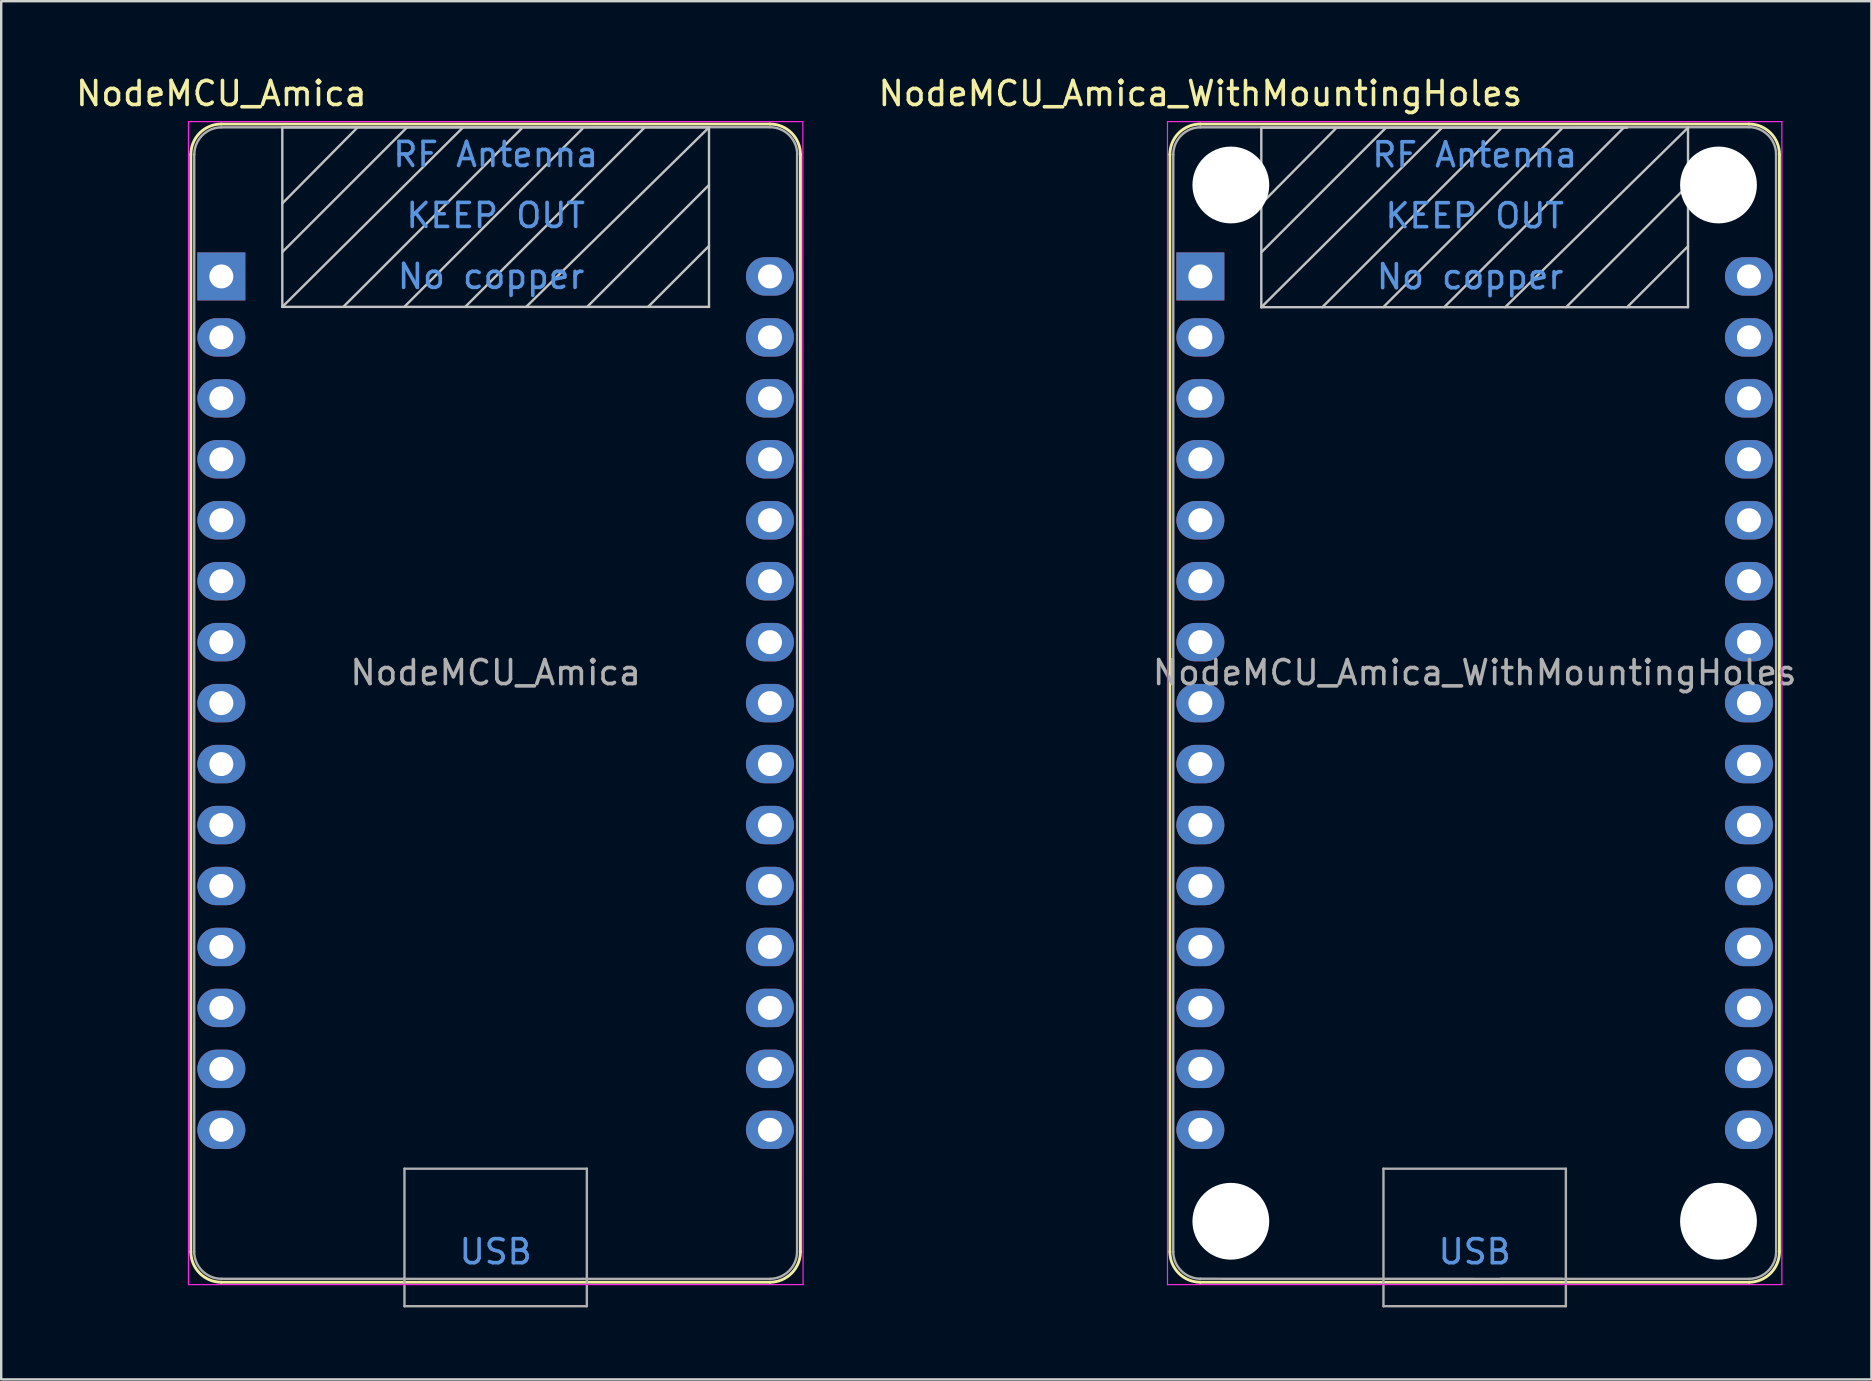
<source format=kicad_pcb>
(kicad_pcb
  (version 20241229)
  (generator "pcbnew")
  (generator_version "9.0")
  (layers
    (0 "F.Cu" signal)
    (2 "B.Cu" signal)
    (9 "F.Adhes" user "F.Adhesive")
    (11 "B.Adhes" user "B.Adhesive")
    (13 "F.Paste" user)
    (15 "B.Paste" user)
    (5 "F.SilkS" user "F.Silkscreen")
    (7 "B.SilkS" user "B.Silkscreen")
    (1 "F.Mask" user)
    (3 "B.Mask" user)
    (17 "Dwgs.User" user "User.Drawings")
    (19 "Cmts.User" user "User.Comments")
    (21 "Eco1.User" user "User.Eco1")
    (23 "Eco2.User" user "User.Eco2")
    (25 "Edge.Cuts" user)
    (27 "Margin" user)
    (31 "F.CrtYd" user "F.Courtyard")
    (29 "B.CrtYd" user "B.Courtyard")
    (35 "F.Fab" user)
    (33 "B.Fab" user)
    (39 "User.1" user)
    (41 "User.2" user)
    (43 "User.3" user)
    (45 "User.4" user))
  (footprint "NodeMCU_Amica_WithMountingHoles"
    (layer "F.Cu")
    (at 46.967 8.468)
    (property "Reference" "NodeMCU_Amica_WithMountingHoles" (at 0 -7.62 0) (layer "F.SilkS") (effects (font (size 1 1) (thickness 0.15))))
    (attr through_hole)
    (fp_line (start -1.27 -5.08) (end -1.27 40.64) (stroke (width 0.12) (type solid)) (layer "F.SilkS"))
    (fp_line (start 22.86 -6.35) (end 0 -6.35) (stroke (width 0.12) (type solid)) (layer "F.SilkS"))
    (fp_line (start 22.87 41.91) (end 0 41.91) (stroke (width 0.12) (type solid)) (layer "F.SilkS"))
    (fp_line (start 24.13 -5.08) (end 24.13 40.64) (stroke (width 0.12) (type solid)) (layer "F.SilkS"))
    (fp_arc (start -1.27 -5.08) (mid -0.898026 -5.978026) (end 0 -6.35) (stroke (width 0.12) (type solid)) (layer "F.SilkS"))
    (fp_arc (start 0 41.91) (mid -0.898026 41.538026) (end -1.27 40.64) (stroke (width 0.12) (type solid)) (layer "F.SilkS"))
    (fp_arc (start 22.86 -6.35) (mid 23.758026 -5.978026) (end 24.13 -5.08) (stroke (width 0.12) (type solid)) (layer "F.SilkS"))
    (fp_arc (start 24.13 40.64) (mid 23.761554 41.534483) (end 22.87 41.909961) (stroke (width 0.12) (type solid)) (layer "F.SilkS"))
    (fp_line (start 2.535 -3.024) (end 5.664 -6.185) (stroke (width 0.1) (type solid)) (layer "Dwgs.User"))
    (fp_line (start 2.54 -6.198) (end 2.54 1.283) (stroke (width 0.1) (type solid)) (layer "Dwgs.User"))
    (fp_line (start 2.54 -6.198) (end 17.78 -6.198) (stroke (width 0.1) (type solid)) (layer "Dwgs.User"))
    (fp_line (start 2.54 -1.003) (end 7.722 -6.185) (stroke (width 0.1) (type solid)) (layer "Dwgs.User"))
    (fp_line (start 2.54 1.283) (end 10.058 -6.185) (stroke (width 0.1) (type solid)) (layer "Dwgs.User"))
    (fp_line (start 2.54 1.283) (end 20.32 1.283) (stroke (width 0.1) (type solid)) (layer "Dwgs.User"))
    (fp_line (start 5.08 1.283) (end 12.509 -6.147) (stroke (width 0.1) (type solid)) (layer "Dwgs.User"))
    (fp_line (start 7.62 1.283) (end 15.05 -6.147) (stroke (width 0.1) (type solid)) (layer "Dwgs.User"))
    (fp_line (start 10.16 1.283) (end 17.653 -6.21) (stroke (width 0.1) (type solid)) (layer "Dwgs.User"))
    (fp_line (start 12.7 1.283) (end 20.32 -6.198) (stroke (width 0.1) (type solid)) (layer "Dwgs.User"))
    (fp_line (start 15.24 1.283) (end 20.32 -3.797) (stroke (width 0.1) (type solid)) (layer "Dwgs.User"))
    (fp_line (start 17.78 1.283) (end 20.32 -1.257) (stroke (width 0.1) (type solid)) (layer "Dwgs.User"))
    (fp_line (start 20.32 -6.198) (end 20.32 1.283) (stroke (width 0.1) (type solid)) (layer "Dwgs.User"))
    (fp_line (start -1.37 42.01) (end -1.37 -6.45) (stroke (width 0.05) (type solid)) (layer "F.CrtYd"))
    (fp_line (start 24.23 -6.45) (end -1.37 -6.45) (stroke (width 0.05) (type solid)) (layer "F.CrtYd"))
    (fp_line (start 24.23 42.01) (end -1.37 42.01) (stroke (width 0.05) (type solid)) (layer "F.CrtYd"))
    (fp_line (start 24.23 42.01) (end 24.23 -6.45) (stroke (width 0.05) (type solid)) (layer "F.CrtYd"))
    (fp_line (start -1.128 -5.075) (end -1.13 40.64) (stroke (width 0.1) (type solid)) (layer "F.Fab"))
    (fp_line (start 7.63 37.18) (end 15.23 37.18) (stroke (width 0.1) (type solid)) (layer "F.Fab"))
    (fp_line (start 7.63 42.91) (end 7.63 37.18) (stroke (width 0.1) (type solid)) (layer "F.Fab"))
    (fp_line (start 15.062 41.77) (end 0.00001 41.766) (stroke (width 0.1) (type solid)) (layer "F.Fab"))
    (fp_line (start 15.23 37.18) (end 15.23 42.91) (stroke (width 0.1) (type solid)) (layer "F.Fab"))
    (fp_line (start 15.23 42.91) (end 7.63 42.91) (stroke (width 0.1) (type solid)) (layer "F.Fab"))
    (fp_line (start 22.86 -6.218) (end 0.01 -6.213) (stroke (width 0.1) (type solid)) (layer "F.Fab"))
    (fp_line (start 22.87 41.77) (end 12.522 41.77) (stroke (width 0.1) (type solid)) (layer "F.Fab"))
    (fp_line (start 23.99 -5.09) (end 23.993 40.627) (stroke (width 0.1) (type solid)) (layer "F.Fab"))
    (fp_arc (start -1.128629 -5.074921) (mid -0.794775 -5.879601) (end 0.01016 -6.21284) (stroke (width 0.1) (type solid)) (layer "F.Fab"))
    (fp_arc (start 0.00001 41.765819) (mid -0.795824 41.434598) (end -1.13 40.64) (stroke (width 0.1) (type solid)) (layer "F.Fab"))
    (fp_arc (start 22.860029 -6.221019) (mid 23.656202 -5.886483) (end 23.99 -5.09) (stroke (width 0.1) (type solid)) (layer "F.Fab"))
    (fp_arc (start 23.993088 40.6273) (mid 23.665846 41.42893) (end 22.87 41.77) (stroke (width 0.1) (type solid)) (layer "F.Fab"))
    (fp_text user "KEEP OUT" (at 11.43 -2.527 0) (layer "Cmts.User") (effects (font (size 1 1) (thickness 0.15))))
    (fp_text user "RF Antenna" (at 11.43 -5.067 0) (layer "Cmts.User") (effects (font (size 1 1) (thickness 0.15))))
    (fp_text user "USB" (at 11.43 40.64 0) (layer "Cmts.User") (effects (font (size 1 1) (thickness 0.15))))
    (fp_text user "No copper" (at 11.239 0.013 0) (layer "Cmts.User") (effects (font (size 1 1) (thickness 0.15))))
    (fp_text user "${REFERENCE}" (at 11.43 16.51 0) (layer "F.Fab") (effects (font (size 1 1) (thickness 0.15))))
    (pad "" np_thru_hole circle (at 1.27 -3.81 90) (size 3.2 3.2) (drill 3.2) (layers "*.Cu" "*.Mask"))
    (pad "" np_thru_hole circle (at 1.27 39.37 90) (size 3.2 3.2) (drill 3.2) (layers "*.Cu" "*.Mask"))
    (pad "" np_thru_hole circle (at 21.59 -3.81 90) (size 3.2 3.2) (drill 3.2) (layers "*.Cu" "*.Mask"))
    (pad "" np_thru_hole circle (at 21.59 39.37 90) (size 3.2 3.2) (drill 3.2) (layers "*.Cu" "*.Mask"))
    (pad "1" thru_hole rect (at 0 0) (size 2 2) (drill 1) (layers "*.Cu" "*.Mask"))
    (pad "2" thru_hole oval (at 0 2.54) (size 2 1.6) (drill 1) (layers "*.Cu" "*.Mask"))
    (pad "3" thru_hole oval (at 0 5.08) (size 2 1.6) (drill 1) (layers "*.Cu" "*.Mask"))
    (pad "4" thru_hole oval (at 0 7.62) (size 2 1.6) (drill 1) (layers "*.Cu" "*.Mask"))
    (pad "5" thru_hole oval (at 0 10.16) (size 2 1.6) (drill 1) (layers "*.Cu" "*.Mask"))
    (pad "6" thru_hole oval (at 0 12.7) (size 2 1.6) (drill 1) (layers "*.Cu" "*.Mask"))
    (pad "7" thru_hole oval (at 0 15.24) (size 2 1.6) (drill 1) (layers "*.Cu" "*.Mask"))
    (pad "8" thru_hole oval (at 0 17.78) (size 2 1.6) (drill 1) (layers "*.Cu" "*.Mask"))
    (pad "9" thru_hole oval (at 0 20.32) (size 2 1.6) (drill 1) (layers "*.Cu" "*.Mask"))
    (pad "10" thru_hole oval (at 0 22.86) (size 2 1.6) (drill 1) (layers "*.Cu" "*.Mask"))
    (pad "11" thru_hole oval (at 0 25.4) (size 2 1.6) (drill 1) (layers "*.Cu" "*.Mask"))
    (pad "12" thru_hole oval (at 0 27.94) (size 2 1.6) (drill 1) (layers "*.Cu" "*.Mask"))
    (pad "13" thru_hole oval (at 0 30.48) (size 2 1.6) (drill 1) (layers "*.Cu" "*.Mask"))
    (pad "14" thru_hole oval (at 0 33.02) (size 2 1.6) (drill 1) (layers "*.Cu" "*.Mask"))
    (pad "15" thru_hole oval (at 0 35.56) (size 2 1.6) (drill 1) (layers "*.Cu" "*.Mask"))
    (pad "16" thru_hole oval (at 22.86 35.56) (size 2 1.6) (drill 1) (layers "*.Cu" "*.Mask"))
    (pad "17" thru_hole oval (at 22.86 33.02) (size 2 1.6) (drill 1) (layers "*.Cu" "*.Mask"))
    (pad "18" thru_hole oval (at 22.86 30.48) (size 2 1.6) (drill 1) (layers "*.Cu" "*.Mask"))
    (pad "19" thru_hole oval (at 22.86 27.94) (size 2 1.6) (drill 1) (layers "*.Cu" "*.Mask"))
    (pad "20" thru_hole oval (at 22.86 25.4) (size 2 1.6) (drill 1) (layers "*.Cu" "*.Mask"))
    (pad "21" thru_hole oval (at 22.86 22.86) (size 2 1.6) (drill 1) (layers "*.Cu" "*.Mask"))
    (pad "22" thru_hole oval (at 22.86 20.32) (size 2 1.6) (drill 1) (layers "*.Cu" "*.Mask"))
    (pad "23" thru_hole oval (at 22.86 17.78) (size 2 1.6) (drill 1) (layers "*.Cu" "*.Mask"))
    (pad "24" thru_hole oval (at 22.86 15.24) (size 2 1.6) (drill 1) (layers "*.Cu" "*.Mask"))
    (pad "25" thru_hole oval (at 22.86 12.7) (size 2 1.6) (drill 1) (layers "*.Cu" "*.Mask"))
    (pad "26" thru_hole oval (at 22.86 10.16) (size 2 1.6) (drill 1) (layers "*.Cu" "*.Mask"))
    (pad "27" thru_hole oval (at 22.86 7.62) (size 2 1.6) (drill 1) (layers "*.Cu" "*.Mask"))
    (pad "28" thru_hole oval (at 22.86 5.08) (size 2 1.6) (drill 1) (layers "*.Cu" "*.Mask"))
    (pad "29" thru_hole oval (at 22.86 2.54) (size 2 1.6) (drill 1) (layers "*.Cu" "*.Mask"))
    (pad "30" thru_hole oval (at 22.86 0) (size 2 1.6) (drill 1) (layers "*.Cu" "*.Mask")))
  (footprint "NodeMCU_Amica"
    (layer "F.Cu")
    (at 6.173 8.468)
    (property "Reference" "NodeMCU_Amica" (at 0 -7.62 0) (layer "F.SilkS") (effects (font (size 1 1) (thickness 0.15))))
    (attr through_hole)
    (fp_line (start -1.27 -5.08) (end -1.27 40.64) (stroke (width 0.12) (type solid)) (layer "F.SilkS"))
    (fp_line (start 7.63 41.91) (end 0 41.91) (stroke (width 0.12) (type solid)) (layer "F.SilkS"))
    (fp_line (start 22.86 -6.35) (end 0 -6.35) (stroke (width 0.12) (type solid)) (layer "F.SilkS"))
    (fp_line (start 22.86 41.91) (end 7.62 41.91) (stroke (width 0.12) (type solid)) (layer "F.SilkS"))
    (fp_line (start 24.13 -5.08) (end 24.13 40.64) (stroke (width 0.12) (type solid)) (layer "F.SilkS"))
    (fp_arc (start -1.27 -5.08) (mid -0.898026 -5.978026) (end 0 -6.35) (stroke (width 0.12) (type solid)) (layer "F.SilkS"))
    (fp_arc (start 0 41.91) (mid -0.898026 41.538026) (end -1.27 40.64) (stroke (width 0.12) (type solid)) (layer "F.SilkS"))
    (fp_arc (start 22.86 -6.35) (mid 23.758026 -5.978026) (end 24.13 -5.08) (stroke (width 0.12) (type solid)) (layer "F.SilkS"))
    (fp_arc (start 24.13 40.64) (mid 23.758026 41.538026) (end 22.86 41.91) (stroke (width 0.12) (type solid)) (layer "F.SilkS"))
    (fp_line (start 2.535 -3.037) (end 5.664 -6.198) (stroke (width 0.1) (type solid)) (layer "Dwgs.User"))
    (fp_line (start 2.54 -6.21) (end 2.54 1.27) (stroke (width 0.1) (type solid)) (layer "Dwgs.User"))
    (fp_line (start 2.54 -6.21) (end 20.32 -6.21) (stroke (width 0.1) (type solid)) (layer "Dwgs.User"))
    (fp_line (start 2.54 -1.016) (end 7.722 -6.198) (stroke (width 0.1) (type solid)) (layer "Dwgs.User"))
    (fp_line (start 2.54 1.27) (end 10.058 -6.198) (stroke (width 0.1) (type solid)) (layer "Dwgs.User"))
    (fp_line (start 2.54 1.27) (end 20.32 1.27) (stroke (width 0.1) (type solid)) (layer "Dwgs.User"))
    (fp_line (start 5.08 1.27) (end 12.509 -6.16) (stroke (width 0.1) (type solid)) (layer "Dwgs.User"))
    (fp_line (start 7.62 1.27) (end 15.05 -6.16) (stroke (width 0.1) (type solid)) (layer "Dwgs.User"))
    (fp_line (start 10.16 1.27) (end 17.653 -6.223) (stroke (width 0.1) (type solid)) (layer "Dwgs.User"))
    (fp_line (start 12.7 1.27) (end 20.32 -6.21) (stroke (width 0.1) (type solid)) (layer "Dwgs.User"))
    (fp_line (start 15.24 1.27) (end 20.32 -3.81) (stroke (width 0.1) (type solid)) (layer "Dwgs.User"))
    (fp_line (start 17.78 1.27) (end 20.32 -1.27) (stroke (width 0.1) (type solid)) (layer "Dwgs.User"))
    (fp_line (start 20.32 -6.21) (end 20.32 1.27) (stroke (width 0.1) (type solid)) (layer "Dwgs.User"))
    (fp_line (start -1.37 42.01) (end -1.37 -6.45) (stroke (width 0.05) (type solid)) (layer "F.CrtYd"))
    (fp_line (start 24.23 -6.45) (end -1.37 -6.45) (stroke (width 0.05) (type solid)) (layer "F.CrtYd"))
    (fp_line (start 24.24 42.01) (end -1.37 42.01) (stroke (width 0.05) (type solid)) (layer "F.CrtYd"))
    (fp_line (start 24.24 42.01) (end 24.23 -6.45) (stroke (width 0.05) (type solid)) (layer "F.CrtYd"))
    (fp_line (start -1.13 -5.08) (end -1.13 40.64) (stroke (width 0.1) (type solid)) (layer "F.Fab"))
    (fp_line (start 7.63 37.18) (end 15.23 37.18) (stroke (width 0.1) (type solid)) (layer "F.Fab"))
    (fp_line (start 7.63 42.91) (end 7.63 37.18) (stroke (width 0.1) (type solid)) (layer "F.Fab"))
    (fp_line (start 15.062 41.77) (end 0.005 41.768) (stroke (width 0.1) (type solid)) (layer "F.Fab"))
    (fp_line (start 15.23 37.18) (end 15.23 42.91) (stroke (width 0.1) (type solid)) (layer "F.Fab"))
    (fp_line (start 15.23 42.91) (end 7.63 42.91) (stroke (width 0.1) (type solid)) (layer "F.Fab"))
    (fp_line (start 22.86 -6.218) (end 0 -6.213) (stroke (width 0.1) (type solid)) (layer "F.Fab"))
    (fp_line (start 22.86 41.77) (end 15.062 41.77) (stroke (width 0.1) (type solid)) (layer "F.Fab"))
    (fp_line (start 23.99 -5.09) (end 23.99 40.63) (stroke (width 0.1) (type solid)) (layer "F.Fab"))
    (fp_arc (start -1.12776 -5.07492) (mid -0.795952 -5.877193) (end 0.005091 -6.21196) (stroke (width 0.1) (type solid)) (layer "F.Fab"))
    (fp_arc (start 0.00508 41.76776) (mid -0.797189 41.435956) (end -1.13196 40.63492) (stroke (width 0.1) (type solid)) (layer "F.Fab"))
    (fp_arc (start 22.86 -6.21792) (mid 23.662273 -5.886112) (end 23.99704 -5.085069) (stroke (width 0.1) (type solid)) (layer "F.Fab"))
    (fp_arc (start 23.99 40.63) (mid 23.661808 41.429891) (end 22.86691 41.769997) (stroke (width 0.1) (type solid)) (layer "F.Fab"))
    (fp_text user "USB" (at 11.43 40.64 0) (layer "Cmts.User") (effects (font (size 1 1) (thickness 0.15))))
    (fp_text user "No copper" (at 11.239 0 0) (layer "Cmts.User") (effects (font (size 1 1) (thickness 0.15))))
    (fp_text user "KEEP OUT" (at 11.43 -2.54 0) (layer "Cmts.User") (effects (font (size 1 1) (thickness 0.15))))
    (fp_text user "RF Antenna" (at 11.43 -5.08 0) (layer "Cmts.User") (effects (font (size 1 1) (thickness 0.15))))
    (fp_text user "${REFERENCE}" (at 11.43 16.51 0) (layer "F.Fab") (effects (font (size 1 1) (thickness 0.15))))
    (pad "1" thru_hole rect (at 0 0) (size 2 2) (drill 1) (layers "*.Cu" "*.Mask"))
    (pad "2" thru_hole oval (at 0 2.54) (size 2 1.6) (drill 1) (layers "*.Cu" "*.Mask"))
    (pad "3" thru_hole oval (at 0 5.08) (size 2 1.6) (drill 1) (layers "*.Cu" "*.Mask"))
    (pad "4" thru_hole oval (at 0 7.62) (size 2 1.6) (drill 1) (layers "*.Cu" "*.Mask"))
    (pad "5" thru_hole oval (at 0 10.16) (size 2 1.6) (drill 1) (layers "*.Cu" "*.Mask"))
    (pad "6" thru_hole oval (at 0 12.7) (size 2 1.6) (drill 1) (layers "*.Cu" "*.Mask"))
    (pad "7" thru_hole oval (at 0 15.24) (size 2 1.6) (drill 1) (layers "*.Cu" "*.Mask"))
    (pad "8" thru_hole oval (at 0 17.78) (size 2 1.6) (drill 1) (layers "*.Cu" "*.Mask"))
    (pad "9" thru_hole oval (at 0 20.32) (size 2 1.6) (drill 1) (layers "*.Cu" "*.Mask"))
    (pad "10" thru_hole oval (at 0 22.86) (size 2 1.6) (drill 1) (layers "*.Cu" "*.Mask"))
    (pad "11" thru_hole oval (at 0 25.4) (size 2 1.6) (drill 1) (layers "*.Cu" "*.Mask"))
    (pad "12" thru_hole oval (at 0 27.94) (size 2 1.6) (drill 1) (layers "*.Cu" "*.Mask"))
    (pad "13" thru_hole oval (at 0 30.48) (size 2 1.6) (drill 1) (layers "*.Cu" "*.Mask"))
    (pad "14" thru_hole oval (at 0 33.02) (size 2 1.6) (drill 1) (layers "*.Cu" "*.Mask"))
    (pad "15" thru_hole oval (at 0 35.56) (size 2 1.6) (drill 1) (layers "*.Cu" "*.Mask"))
    (pad "16" thru_hole oval (at 22.86 35.56) (size 2 1.6) (drill 1) (layers "*.Cu" "*.Mask"))
    (pad "17" thru_hole oval (at 22.86 33.02) (size 2 1.6) (drill 1) (layers "*.Cu" "*.Mask"))
    (pad "18" thru_hole oval (at 22.86 30.48) (size 2 1.6) (drill 1) (layers "*.Cu" "*.Mask"))
    (pad "19" thru_hole oval (at 22.86 27.94) (size 2 1.6) (drill 1) (layers "*.Cu" "*.Mask"))
    (pad "20" thru_hole oval (at 22.86 25.4) (size 2 1.6) (drill 1) (layers "*.Cu" "*.Mask"))
    (pad "21" thru_hole oval (at 22.86 22.86) (size 2 1.6) (drill 1) (layers "*.Cu" "*.Mask"))
    (pad "22" thru_hole oval (at 22.86 20.32) (size 2 1.6) (drill 1) (layers "*.Cu" "*.Mask"))
    (pad "23" thru_hole oval (at 22.86 17.78) (size 2 1.6) (drill 1) (layers "*.Cu" "*.Mask"))
    (pad "24" thru_hole oval (at 22.86 15.24) (size 2 1.6) (drill 1) (layers "*.Cu" "*.Mask"))
    (pad "25" thru_hole oval (at 22.86 12.7) (size 2 1.6) (drill 1) (layers "*.Cu" "*.Mask"))
    (pad "26" thru_hole oval (at 22.86 10.16) (size 2 1.6) (drill 1) (layers "*.Cu" "*.Mask"))
    (pad "27" thru_hole oval (at 22.86 7.62) (size 2 1.6) (drill 1) (layers "*.Cu" "*.Mask"))
    (pad "28" thru_hole oval (at 22.86 5.08) (size 2 1.6) (drill 1) (layers "*.Cu" "*.Mask"))
    (pad "29" thru_hole oval (at 22.86 2.54) (size 2 1.6) (drill 1) (layers "*.Cu" "*.Mask"))
    (pad "30" thru_hole oval (at 22.86 0) (size 2 1.6) (drill 1) (layers "*.Cu" "*.Mask")))
  (gr_rect
    (start -3 -3)
    (end 74.927 54.428)
    (stroke (width 0.1) (type default))
    (fill no)
    (layer "Edge.Cuts")))
</source>
